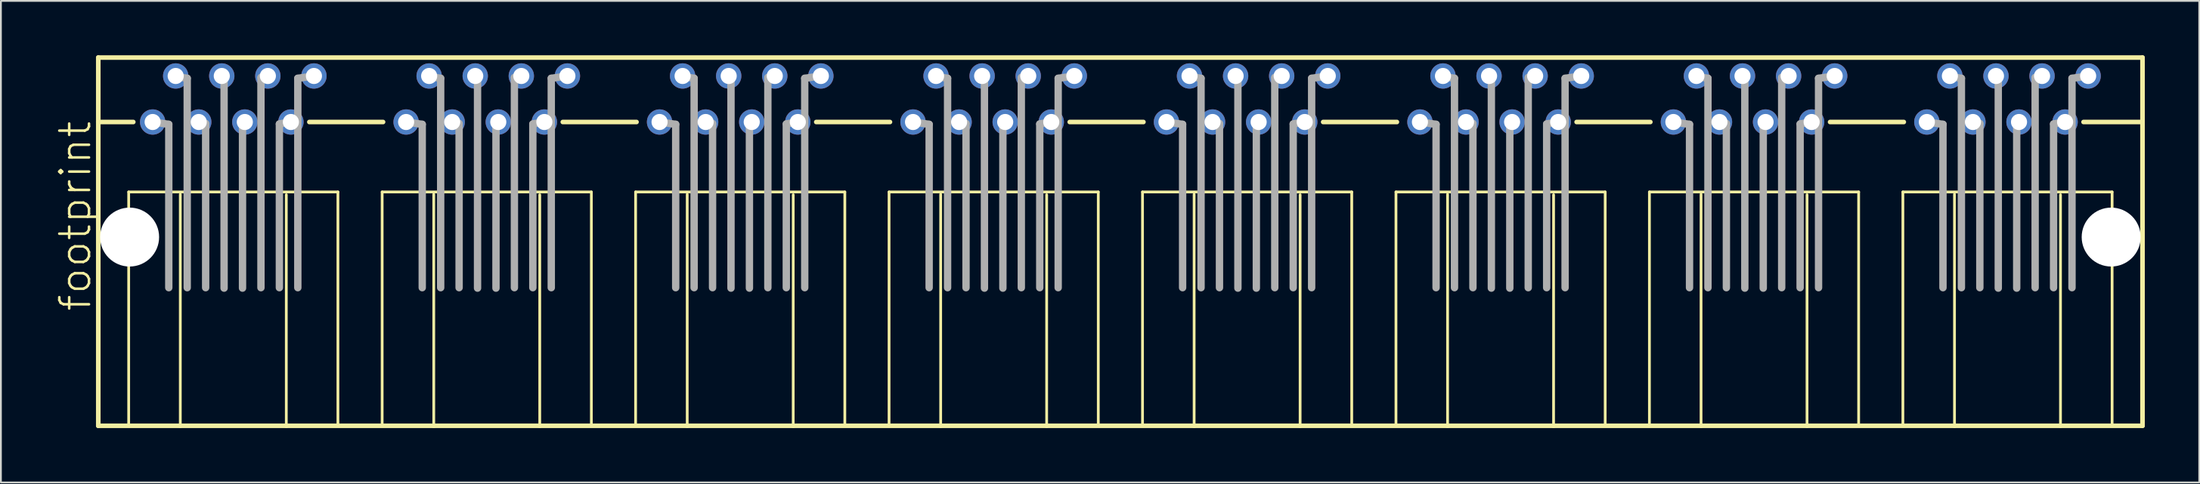
<source format=kicad_pcb>
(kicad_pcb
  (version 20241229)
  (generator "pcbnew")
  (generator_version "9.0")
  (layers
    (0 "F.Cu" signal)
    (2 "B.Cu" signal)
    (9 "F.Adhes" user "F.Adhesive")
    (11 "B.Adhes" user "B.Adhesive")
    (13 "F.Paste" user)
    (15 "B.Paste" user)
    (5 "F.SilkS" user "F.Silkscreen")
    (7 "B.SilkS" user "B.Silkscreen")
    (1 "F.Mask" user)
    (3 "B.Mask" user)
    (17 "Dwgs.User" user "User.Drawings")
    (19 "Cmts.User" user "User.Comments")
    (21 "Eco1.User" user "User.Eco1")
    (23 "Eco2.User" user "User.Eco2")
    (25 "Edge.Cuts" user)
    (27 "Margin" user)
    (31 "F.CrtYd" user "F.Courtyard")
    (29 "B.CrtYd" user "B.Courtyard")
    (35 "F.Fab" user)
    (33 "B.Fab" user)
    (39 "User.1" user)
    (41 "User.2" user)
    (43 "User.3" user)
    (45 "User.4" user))
  (footprint "footprint"
    (layer "F.Cu")
    (at 58.704 10.033)
    (property "Reference" "footprint" (at -56.642 4.191 90) (layer "F.SilkS") (effects (font (size 1.636 1.636) (thickness 0.142)) (justify left bottom)))
    (fp_line (start -56.337 -9.906) (end -56.337 -6.35) (stroke (width 0.254) (type solid)) (layer "F.SilkS"))
    (fp_line (start -56.337 -6.35) (end -56.337 10.414) (stroke (width 0.254) (type solid)) (layer "F.SilkS"))
    (fp_line (start -56.337 10.414) (end -51.816 10.414) (stroke (width 0.254) (type solid)) (layer "F.SilkS"))
    (fp_line (start -54.661 -2.489) (end -54.661 10.363) (stroke (width 0.152) (type solid)) (layer "F.SilkS"))
    (fp_line (start -54.407 -6.35) (end -56.337 -6.35) (stroke (width 0.254) (type solid)) (layer "F.SilkS"))
    (fp_line (start -51.816 10.414) (end -51.816 -2.362) (stroke (width 0.152) (type solid)) (layer "F.SilkS"))
    (fp_line (start -51.816 10.414) (end -45.974 10.414) (stroke (width 0.254) (type solid)) (layer "F.SilkS"))
    (fp_line (start -45.974 -2.337) (end -45.974 10.414) (stroke (width 0.152) (type solid)) (layer "F.SilkS"))
    (fp_line (start -45.974 10.414) (end -37.846 10.414) (stroke (width 0.254) (type solid)) (layer "F.SilkS"))
    (fp_line (start -44.704 -6.35) (end -40.64 -6.35) (stroke (width 0.254) (type solid)) (layer "F.SilkS"))
    (fp_line (start -43.129 -2.489) (end -54.661 -2.489) (stroke (width 0.152) (type solid)) (layer "F.SilkS"))
    (fp_line (start -43.129 10.363) (end -43.129 -2.489) (stroke (width 0.152) (type solid)) (layer "F.SilkS"))
    (fp_line (start -40.691 -2.489) (end -40.691 10.363) (stroke (width 0.152) (type solid)) (layer "F.SilkS"))
    (fp_line (start -37.846 10.414) (end -37.846 -2.362) (stroke (width 0.152) (type solid)) (layer "F.SilkS"))
    (fp_line (start -37.846 10.414) (end -32.004 10.414) (stroke (width 0.254) (type solid)) (layer "F.SilkS"))
    (fp_line (start -32.004 -2.337) (end -32.004 10.414) (stroke (width 0.152) (type solid)) (layer "F.SilkS"))
    (fp_line (start -32.004 10.414) (end -23.876 10.414) (stroke (width 0.254) (type solid)) (layer "F.SilkS"))
    (fp_line (start -30.734 -6.35) (end -26.67 -6.35) (stroke (width 0.254) (type solid)) (layer "F.SilkS"))
    (fp_line (start -29.159 -2.489) (end -40.691 -2.489) (stroke (width 0.152) (type solid)) (layer "F.SilkS"))
    (fp_line (start -29.159 10.363) (end -29.159 -2.489) (stroke (width 0.152) (type solid)) (layer "F.SilkS"))
    (fp_line (start -26.721 -2.489) (end -26.721 10.363) (stroke (width 0.152) (type solid)) (layer "F.SilkS"))
    (fp_line (start -23.876 10.414) (end -23.876 -2.362) (stroke (width 0.152) (type solid)) (layer "F.SilkS"))
    (fp_line (start -23.876 10.414) (end -18.034 10.414) (stroke (width 0.254) (type solid)) (layer "F.SilkS"))
    (fp_line (start -18.034 -2.337) (end -18.034 10.414) (stroke (width 0.152) (type solid)) (layer "F.SilkS"))
    (fp_line (start -18.034 10.414) (end -9.906 10.414) (stroke (width 0.254) (type solid)) (layer "F.SilkS"))
    (fp_line (start -16.764 -6.35) (end -12.7 -6.35) (stroke (width 0.254) (type solid)) (layer "F.SilkS"))
    (fp_line (start -15.189 -2.489) (end -26.721 -2.489) (stroke (width 0.152) (type solid)) (layer "F.SilkS"))
    (fp_line (start -15.189 10.363) (end -15.189 -2.489) (stroke (width 0.152) (type solid)) (layer "F.SilkS"))
    (fp_line (start -12.751 -2.489) (end -12.751 10.363) (stroke (width 0.152) (type solid)) (layer "F.SilkS"))
    (fp_line (start -9.906 10.414) (end -9.906 -2.362) (stroke (width 0.152) (type solid)) (layer "F.SilkS"))
    (fp_line (start -9.906 10.414) (end -4.064 10.414) (stroke (width 0.254) (type solid)) (layer "F.SilkS"))
    (fp_line (start -4.064 -2.337) (end -4.064 10.414) (stroke (width 0.152) (type solid)) (layer "F.SilkS"))
    (fp_line (start -4.064 10.414) (end 4.064 10.414) (stroke (width 0.254) (type solid)) (layer "F.SilkS"))
    (fp_line (start -2.794 -6.35) (end 1.27 -6.35) (stroke (width 0.254) (type solid)) (layer "F.SilkS"))
    (fp_line (start -1.219 -2.489) (end -12.751 -2.489) (stroke (width 0.152) (type solid)) (layer "F.SilkS"))
    (fp_line (start -1.219 10.363) (end -1.219 -2.489) (stroke (width 0.152) (type solid)) (layer "F.SilkS"))
    (fp_line (start 1.219 -2.489) (end 1.219 10.363) (stroke (width 0.152) (type solid)) (layer "F.SilkS"))
    (fp_line (start 4.064 10.414) (end 4.064 -2.362) (stroke (width 0.152) (type solid)) (layer "F.SilkS"))
    (fp_line (start 4.064 10.414) (end 9.906 10.414) (stroke (width 0.254) (type solid)) (layer "F.SilkS"))
    (fp_line (start 9.906 -2.337) (end 9.906 10.414) (stroke (width 0.152) (type solid)) (layer "F.SilkS"))
    (fp_line (start 9.906 10.414) (end 18.034 10.414) (stroke (width 0.254) (type solid)) (layer "F.SilkS"))
    (fp_line (start 11.176 -6.35) (end 15.24 -6.35) (stroke (width 0.254) (type solid)) (layer "F.SilkS"))
    (fp_line (start 12.751 -2.489) (end 1.219 -2.489) (stroke (width 0.152) (type solid)) (layer "F.SilkS"))
    (fp_line (start 12.751 10.363) (end 12.751 -2.489) (stroke (width 0.152) (type solid)) (layer "F.SilkS"))
    (fp_line (start 15.189 -2.489) (end 15.189 10.363) (stroke (width 0.152) (type solid)) (layer "F.SilkS"))
    (fp_line (start 18.034 10.414) (end 18.034 -2.362) (stroke (width 0.152) (type solid)) (layer "F.SilkS"))
    (fp_line (start 18.034 10.414) (end 23.876 10.414) (stroke (width 0.254) (type solid)) (layer "F.SilkS"))
    (fp_line (start 23.876 -2.337) (end 23.876 10.414) (stroke (width 0.152) (type solid)) (layer "F.SilkS"))
    (fp_line (start 23.876 10.414) (end 32.004 10.414) (stroke (width 0.254) (type solid)) (layer "F.SilkS"))
    (fp_line (start 25.146 -6.35) (end 29.21 -6.35) (stroke (width 0.254) (type solid)) (layer "F.SilkS"))
    (fp_line (start 26.721 -2.489) (end 15.189 -2.489) (stroke (width 0.152) (type solid)) (layer "F.SilkS"))
    (fp_line (start 26.721 10.363) (end 26.721 -2.489) (stroke (width 0.152) (type solid)) (layer "F.SilkS"))
    (fp_line (start 29.159 -2.489) (end 29.159 10.363) (stroke (width 0.152) (type solid)) (layer "F.SilkS"))
    (fp_line (start 32.004 10.414) (end 32.004 -2.362) (stroke (width 0.152) (type solid)) (layer "F.SilkS"))
    (fp_line (start 32.004 10.414) (end 37.846 10.414) (stroke (width 0.254) (type solid)) (layer "F.SilkS"))
    (fp_line (start 37.846 -2.337) (end 37.846 10.414) (stroke (width 0.152) (type solid)) (layer "F.SilkS"))
    (fp_line (start 37.846 10.414) (end 45.974 10.414) (stroke (width 0.254) (type solid)) (layer "F.SilkS"))
    (fp_line (start 39.116 -6.35) (end 43.18 -6.35) (stroke (width 0.254) (type solid)) (layer "F.SilkS"))
    (fp_line (start 40.691 -2.489) (end 29.159 -2.489) (stroke (width 0.152) (type solid)) (layer "F.SilkS"))
    (fp_line (start 40.691 10.363) (end 40.691 -2.489) (stroke (width 0.152) (type solid)) (layer "F.SilkS"))
    (fp_line (start 43.129 -2.489) (end 43.129 10.363) (stroke (width 0.152) (type solid)) (layer "F.SilkS"))
    (fp_line (start 45.974 10.414) (end 45.974 -2.362) (stroke (width 0.152) (type solid)) (layer "F.SilkS"))
    (fp_line (start 45.974 10.414) (end 51.816 10.414) (stroke (width 0.254) (type solid)) (layer "F.SilkS"))
    (fp_line (start 51.816 -2.337) (end 51.816 10.414) (stroke (width 0.152) (type solid)) (layer "F.SilkS"))
    (fp_line (start 51.816 10.414) (end 56.337 10.414) (stroke (width 0.254) (type solid)) (layer "F.SilkS"))
    (fp_line (start 53.086 -6.35) (end 56.337 -6.35) (stroke (width 0.254) (type solid)) (layer "F.SilkS"))
    (fp_line (start 54.661 -2.489) (end 43.129 -2.489) (stroke (width 0.152) (type solid)) (layer "F.SilkS"))
    (fp_line (start 54.661 10.363) (end 54.661 -2.489) (stroke (width 0.152) (type solid)) (layer "F.SilkS"))
    (fp_line (start 56.337 -9.906) (end -56.337 -9.906) (stroke (width 0.254) (type solid)) (layer "F.SilkS"))
    (fp_line (start 56.337 -6.35) (end 56.337 -9.906) (stroke (width 0.254) (type solid)) (layer "F.SilkS"))
    (fp_line (start 56.337 10.414) (end 56.337 -6.35) (stroke (width 0.254) (type solid)) (layer "F.SilkS"))
    (fp_line (start -53.34 -6.35) (end -52.451 -6.223) (stroke (width 0.406) (type solid)) (layer "F.Fab"))
    (fp_line (start -52.451 -6.223) (end -52.451 2.794) (stroke (width 0.406) (type solid)) (layer "F.Fab"))
    (fp_line (start -52.07 -8.865) (end -51.435 -8.763) (stroke (width 0.406) (type solid)) (layer "F.Fab"))
    (fp_line (start -51.435 -8.763) (end -51.435 2.794) (stroke (width 0.406) (type solid)) (layer "F.Fab"))
    (fp_line (start -50.8 -6.35) (end -50.419 -6.274) (stroke (width 0.406) (type solid)) (layer "F.Fab"))
    (fp_line (start -50.419 -6.223) (end -50.419 2.794) (stroke (width 0.406) (type solid)) (layer "F.Fab"))
    (fp_line (start -49.53 -8.89) (end -49.403 -8.865) (stroke (width 0.406) (type solid)) (layer "F.Fab"))
    (fp_line (start -49.403 -8.763) (end -49.403 2.819) (stroke (width 0.406) (type solid)) (layer "F.Fab"))
    (fp_line (start -48.387 -6.223) (end -48.387 2.819) (stroke (width 0.406) (type solid)) (layer "F.Fab"))
    (fp_line (start -48.26 -6.35) (end -48.387 -6.299) (stroke (width 0.406) (type solid)) (layer "F.Fab"))
    (fp_line (start -47.371 -8.763) (end -47.371 2.794) (stroke (width 0.406) (type solid)) (layer "F.Fab"))
    (fp_line (start -46.99 -8.89) (end -47.371 -8.814) (stroke (width 0.406) (type solid)) (layer "F.Fab"))
    (fp_line (start -46.355 -6.223) (end -46.355 2.794) (stroke (width 0.406) (type solid)) (layer "F.Fab"))
    (fp_line (start -45.72 -6.35) (end -46.355 -6.248) (stroke (width 0.406) (type solid)) (layer "F.Fab"))
    (fp_line (start -45.339 -8.763) (end -45.339 2.794) (stroke (width 0.406) (type solid)) (layer "F.Fab"))
    (fp_line (start -44.45 -8.89) (end -45.339 -8.763) (stroke (width 0.406) (type solid)) (layer "F.Fab"))
    (fp_line (start -39.37 -6.35) (end -38.481 -6.223) (stroke (width 0.406) (type solid)) (layer "F.Fab"))
    (fp_line (start -38.481 -6.223) (end -38.481 2.794) (stroke (width 0.406) (type solid)) (layer "F.Fab"))
    (fp_line (start -38.1 -8.865) (end -37.465 -8.763) (stroke (width 0.406) (type solid)) (layer "F.Fab"))
    (fp_line (start -37.465 -8.763) (end -37.465 2.794) (stroke (width 0.406) (type solid)) (layer "F.Fab"))
    (fp_line (start -36.83 -6.35) (end -36.449 -6.274) (stroke (width 0.406) (type solid)) (layer "F.Fab"))
    (fp_line (start -36.449 -6.223) (end -36.449 2.794) (stroke (width 0.406) (type solid)) (layer "F.Fab"))
    (fp_line (start -35.56 -8.89) (end -35.433 -8.865) (stroke (width 0.406) (type solid)) (layer "F.Fab"))
    (fp_line (start -35.433 -8.763) (end -35.433 2.819) (stroke (width 0.406) (type solid)) (layer "F.Fab"))
    (fp_line (start -34.417 -6.223) (end -34.417 2.819) (stroke (width 0.406) (type solid)) (layer "F.Fab"))
    (fp_line (start -34.29 -6.35) (end -34.417 -6.299) (stroke (width 0.406) (type solid)) (layer "F.Fab"))
    (fp_line (start -33.401 -8.763) (end -33.401 2.794) (stroke (width 0.406) (type solid)) (layer "F.Fab"))
    (fp_line (start -33.02 -8.89) (end -33.401 -8.814) (stroke (width 0.406) (type solid)) (layer "F.Fab"))
    (fp_line (start -32.385 -6.223) (end -32.385 2.794) (stroke (width 0.406) (type solid)) (layer "F.Fab"))
    (fp_line (start -31.75 -6.35) (end -32.385 -6.248) (stroke (width 0.406) (type solid)) (layer "F.Fab"))
    (fp_line (start -31.369 -8.763) (end -31.369 2.794) (stroke (width 0.406) (type solid)) (layer "F.Fab"))
    (fp_line (start -30.48 -8.89) (end -31.369 -8.763) (stroke (width 0.406) (type solid)) (layer "F.Fab"))
    (fp_line (start -25.4 -6.35) (end -24.511 -6.223) (stroke (width 0.406) (type solid)) (layer "F.Fab"))
    (fp_line (start -24.511 -6.223) (end -24.511 2.794) (stroke (width 0.406) (type solid)) (layer "F.Fab"))
    (fp_line (start -24.13 -8.865) (end -23.495 -8.763) (stroke (width 0.406) (type solid)) (layer "F.Fab"))
    (fp_line (start -23.495 -8.763) (end -23.495 2.794) (stroke (width 0.406) (type solid)) (layer "F.Fab"))
    (fp_line (start -22.86 -6.35) (end -22.479 -6.274) (stroke (width 0.406) (type solid)) (layer "F.Fab"))
    (fp_line (start -22.479 -6.223) (end -22.479 2.794) (stroke (width 0.406) (type solid)) (layer "F.Fab"))
    (fp_line (start -21.59 -8.89) (end -21.463 -8.865) (stroke (width 0.406) (type solid)) (layer "F.Fab"))
    (fp_line (start -21.463 -8.763) (end -21.463 2.819) (stroke (width 0.406) (type solid)) (layer "F.Fab"))
    (fp_line (start -20.447 -6.223) (end -20.447 2.819) (stroke (width 0.406) (type solid)) (layer "F.Fab"))
    (fp_line (start -20.32 -6.35) (end -20.447 -6.299) (stroke (width 0.406) (type solid)) (layer "F.Fab"))
    (fp_line (start -19.431 -8.763) (end -19.431 2.794) (stroke (width 0.406) (type solid)) (layer "F.Fab"))
    (fp_line (start -19.05 -8.89) (end -19.431 -8.814) (stroke (width 0.406) (type solid)) (layer "F.Fab"))
    (fp_line (start -18.415 -6.223) (end -18.415 2.794) (stroke (width 0.406) (type solid)) (layer "F.Fab"))
    (fp_line (start -17.78 -6.35) (end -18.415 -6.248) (stroke (width 0.406) (type solid)) (layer "F.Fab"))
    (fp_line (start -17.399 -8.763) (end -17.399 2.794) (stroke (width 0.406) (type solid)) (layer "F.Fab"))
    (fp_line (start -16.51 -8.89) (end -17.399 -8.763) (stroke (width 0.406) (type solid)) (layer "F.Fab"))
    (fp_line (start -11.43 -6.35) (end -10.541 -6.223) (stroke (width 0.406) (type solid)) (layer "F.Fab"))
    (fp_line (start -10.541 -6.223) (end -10.541 2.794) (stroke (width 0.406) (type solid)) (layer "F.Fab"))
    (fp_line (start -10.16 -8.865) (end -9.525 -8.763) (stroke (width 0.406) (type solid)) (layer "F.Fab"))
    (fp_line (start -9.525 -8.763) (end -9.525 2.794) (stroke (width 0.406) (type solid)) (layer "F.Fab"))
    (fp_line (start -8.89 -6.35) (end -8.509 -6.274) (stroke (width 0.406) (type solid)) (layer "F.Fab"))
    (fp_line (start -8.509 -6.223) (end -8.509 2.794) (stroke (width 0.406) (type solid)) (layer "F.Fab"))
    (fp_line (start -7.62 -8.89) (end -7.493 -8.865) (stroke (width 0.406) (type solid)) (layer "F.Fab"))
    (fp_line (start -7.493 -8.763) (end -7.493 2.819) (stroke (width 0.406) (type solid)) (layer "F.Fab"))
    (fp_line (start -6.477 -6.223) (end -6.477 2.819) (stroke (width 0.406) (type solid)) (layer "F.Fab"))
    (fp_line (start -6.35 -6.35) (end -6.477 -6.299) (stroke (width 0.406) (type solid)) (layer "F.Fab"))
    (fp_line (start -5.461 -8.763) (end -5.461 2.794) (stroke (width 0.406) (type solid)) (layer "F.Fab"))
    (fp_line (start -5.08 -8.89) (end -5.461 -8.814) (stroke (width 0.406) (type solid)) (layer "F.Fab"))
    (fp_line (start -4.445 -6.223) (end -4.445 2.794) (stroke (width 0.406) (type solid)) (layer "F.Fab"))
    (fp_line (start -3.81 -6.35) (end -4.445 -6.248) (stroke (width 0.406) (type solid)) (layer "F.Fab"))
    (fp_line (start -3.429 -8.763) (end -3.429 2.794) (stroke (width 0.406) (type solid)) (layer "F.Fab"))
    (fp_line (start -2.54 -8.89) (end -3.429 -8.763) (stroke (width 0.406) (type solid)) (layer "F.Fab"))
    (fp_line (start 2.54 -6.35) (end 3.429 -6.223) (stroke (width 0.406) (type solid)) (layer "F.Fab"))
    (fp_line (start 3.429 -6.223) (end 3.429 2.794) (stroke (width 0.406) (type solid)) (layer "F.Fab"))
    (fp_line (start 3.81 -8.865) (end 4.445 -8.763) (stroke (width 0.406) (type solid)) (layer "F.Fab"))
    (fp_line (start 4.445 -8.763) (end 4.445 2.794) (stroke (width 0.406) (type solid)) (layer "F.Fab"))
    (fp_line (start 5.08 -6.35) (end 5.461 -6.274) (stroke (width 0.406) (type solid)) (layer "F.Fab"))
    (fp_line (start 5.461 -6.223) (end 5.461 2.794) (stroke (width 0.406) (type solid)) (layer "F.Fab"))
    (fp_line (start 6.35 -8.89) (end 6.477 -8.865) (stroke (width 0.406) (type solid)) (layer "F.Fab"))
    (fp_line (start 6.477 -8.763) (end 6.477 2.819) (stroke (width 0.406) (type solid)) (layer "F.Fab"))
    (fp_line (start 7.493 -6.223) (end 7.493 2.819) (stroke (width 0.406) (type solid)) (layer "F.Fab"))
    (fp_line (start 7.62 -6.35) (end 7.493 -6.299) (stroke (width 0.406) (type solid)) (layer "F.Fab"))
    (fp_line (start 8.509 -8.763) (end 8.509 2.794) (stroke (width 0.406) (type solid)) (layer "F.Fab"))
    (fp_line (start 8.89 -8.89) (end 8.509 -8.814) (stroke (width 0.406) (type solid)) (layer "F.Fab"))
    (fp_line (start 9.525 -6.223) (end 9.525 2.794) (stroke (width 0.406) (type solid)) (layer "F.Fab"))
    (fp_line (start 10.16 -6.35) (end 9.525 -6.248) (stroke (width 0.406) (type solid)) (layer "F.Fab"))
    (fp_line (start 10.541 -8.763) (end 10.541 2.794) (stroke (width 0.406) (type solid)) (layer "F.Fab"))
    (fp_line (start 11.43 -8.89) (end 10.541 -8.763) (stroke (width 0.406) (type solid)) (layer "F.Fab"))
    (fp_line (start 16.51 -6.35) (end 17.399 -6.223) (stroke (width 0.406) (type solid)) (layer "F.Fab"))
    (fp_line (start 17.399 -6.223) (end 17.399 2.794) (stroke (width 0.406) (type solid)) (layer "F.Fab"))
    (fp_line (start 17.78 -8.865) (end 18.415 -8.763) (stroke (width 0.406) (type solid)) (layer "F.Fab"))
    (fp_line (start 18.415 -8.763) (end 18.415 2.794) (stroke (width 0.406) (type solid)) (layer "F.Fab"))
    (fp_line (start 19.05 -6.35) (end 19.431 -6.274) (stroke (width 0.406) (type solid)) (layer "F.Fab"))
    (fp_line (start 19.431 -6.223) (end 19.431 2.794) (stroke (width 0.406) (type solid)) (layer "F.Fab"))
    (fp_line (start 20.32 -8.89) (end 20.447 -8.865) (stroke (width 0.406) (type solid)) (layer "F.Fab"))
    (fp_line (start 20.447 -8.763) (end 20.447 2.819) (stroke (width 0.406) (type solid)) (layer "F.Fab"))
    (fp_line (start 21.463 -6.223) (end 21.463 2.819) (stroke (width 0.406) (type solid)) (layer "F.Fab"))
    (fp_line (start 21.59 -6.35) (end 21.463 -6.299) (stroke (width 0.406) (type solid)) (layer "F.Fab"))
    (fp_line (start 22.479 -8.763) (end 22.479 2.794) (stroke (width 0.406) (type solid)) (layer "F.Fab"))
    (fp_line (start 22.86 -8.89) (end 22.479 -8.814) (stroke (width 0.406) (type solid)) (layer "F.Fab"))
    (fp_line (start 23.495 -6.223) (end 23.495 2.794) (stroke (width 0.406) (type solid)) (layer "F.Fab"))
    (fp_line (start 24.13 -6.35) (end 23.495 -6.248) (stroke (width 0.406) (type solid)) (layer "F.Fab"))
    (fp_line (start 24.511 -8.763) (end 24.511 2.794) (stroke (width 0.406) (type solid)) (layer "F.Fab"))
    (fp_line (start 25.4 -8.89) (end 24.511 -8.763) (stroke (width 0.406) (type solid)) (layer "F.Fab"))
    (fp_line (start 30.48 -6.35) (end 31.369 -6.223) (stroke (width 0.406) (type solid)) (layer "F.Fab"))
    (fp_line (start 31.369 -6.223) (end 31.369 2.794) (stroke (width 0.406) (type solid)) (layer "F.Fab"))
    (fp_line (start 31.75 -8.865) (end 32.385 -8.763) (stroke (width 0.406) (type solid)) (layer "F.Fab"))
    (fp_line (start 32.385 -8.763) (end 32.385 2.794) (stroke (width 0.406) (type solid)) (layer "F.Fab"))
    (fp_line (start 33.02 -6.35) (end 33.401 -6.274) (stroke (width 0.406) (type solid)) (layer "F.Fab"))
    (fp_line (start 33.401 -6.223) (end 33.401 2.794) (stroke (width 0.406) (type solid)) (layer "F.Fab"))
    (fp_line (start 34.29 -8.89) (end 34.417 -8.865) (stroke (width 0.406) (type solid)) (layer "F.Fab"))
    (fp_line (start 34.417 -8.763) (end 34.417 2.819) (stroke (width 0.406) (type solid)) (layer "F.Fab"))
    (fp_line (start 35.433 -6.223) (end 35.433 2.819) (stroke (width 0.406) (type solid)) (layer "F.Fab"))
    (fp_line (start 35.56 -6.35) (end 35.433 -6.299) (stroke (width 0.406) (type solid)) (layer "F.Fab"))
    (fp_line (start 36.449 -8.763) (end 36.449 2.794) (stroke (width 0.406) (type solid)) (layer "F.Fab"))
    (fp_line (start 36.83 -8.89) (end 36.449 -8.814) (stroke (width 0.406) (type solid)) (layer "F.Fab"))
    (fp_line (start 37.465 -6.223) (end 37.465 2.794) (stroke (width 0.406) (type solid)) (layer "F.Fab"))
    (fp_line (start 38.1 -6.35) (end 37.465 -6.248) (stroke (width 0.406) (type solid)) (layer "F.Fab"))
    (fp_line (start 38.481 -8.763) (end 38.481 2.794) (stroke (width 0.406) (type solid)) (layer "F.Fab"))
    (fp_line (start 39.37 -8.89) (end 38.481 -8.763) (stroke (width 0.406) (type solid)) (layer "F.Fab"))
    (fp_line (start 44.45 -6.35) (end 45.339 -6.223) (stroke (width 0.406) (type solid)) (layer "F.Fab"))
    (fp_line (start 45.339 -6.223) (end 45.339 2.794) (stroke (width 0.406) (type solid)) (layer "F.Fab"))
    (fp_line (start 45.72 -8.865) (end 46.355 -8.763) (stroke (width 0.406) (type solid)) (layer "F.Fab"))
    (fp_line (start 46.355 -8.763) (end 46.355 2.794) (stroke (width 0.406) (type solid)) (layer "F.Fab"))
    (fp_line (start 46.99 -6.35) (end 47.371 -6.274) (stroke (width 0.406) (type solid)) (layer "F.Fab"))
    (fp_line (start 47.371 -6.223) (end 47.371 2.794) (stroke (width 0.406) (type solid)) (layer "F.Fab"))
    (fp_line (start 48.26 -8.89) (end 48.387 -8.865) (stroke (width 0.406) (type solid)) (layer "F.Fab"))
    (fp_line (start 48.387 -8.763) (end 48.387 2.819) (stroke (width 0.406) (type solid)) (layer "F.Fab"))
    (fp_line (start 49.403 -6.223) (end 49.403 2.819) (stroke (width 0.406) (type solid)) (layer "F.Fab"))
    (fp_line (start 49.53 -6.35) (end 49.403 -6.299) (stroke (width 0.406) (type solid)) (layer "F.Fab"))
    (fp_line (start 50.419 -8.763) (end 50.419 2.794) (stroke (width 0.406) (type solid)) (layer "F.Fab"))
    (fp_line (start 50.8 -8.89) (end 50.419 -8.814) (stroke (width 0.406) (type solid)) (layer "F.Fab"))
    (fp_line (start 51.435 -6.223) (end 51.435 2.794) (stroke (width 0.406) (type solid)) (layer "F.Fab"))
    (fp_line (start 52.07 -6.35) (end 51.435 -6.248) (stroke (width 0.406) (type solid)) (layer "F.Fab"))
    (fp_line (start 52.451 -8.763) (end 52.451 2.794) (stroke (width 0.406) (type solid)) (layer "F.Fab"))
    (fp_line (start 53.34 -8.89) (end 52.451 -8.763) (stroke (width 0.406) (type solid)) (layer "F.Fab"))
    (pad "" np_thru_hole circle (at -54.61 0) (size 3.251 3.251) (drill 3.251) (layers "*.Cu" "*.Mask"))
    (pad "" np_thru_hole circle (at 54.61 0) (size 3.251 3.251) (drill 3.251) (layers "*.Cu" "*.Mask"))
    (pad "1-1" thru_hole circle (at -53.34 -6.35) (size 1.397 1.397) (drill 0.889) (layers "*.Cu" "*.Mask"))
    (pad "1-2" thru_hole circle (at -52.07 -8.89) (size 1.397 1.397) (drill 0.889) (layers "*.Cu" "*.Mask"))
    (pad "1-3" thru_hole circle (at -50.8 -6.35) (size 1.397 1.397) (drill 0.889) (layers "*.Cu" "*.Mask"))
    (pad "1-4" thru_hole circle (at -49.53 -8.89) (size 1.397 1.397) (drill 0.889) (layers "*.Cu" "*.Mask"))
    (pad "1-5" thru_hole circle (at -48.26 -6.35) (size 1.397 1.397) (drill 0.889) (layers "*.Cu" "*.Mask"))
    (pad "1-6" thru_hole circle (at -46.99 -8.89) (size 1.397 1.397) (drill 0.889) (layers "*.Cu" "*.Mask"))
    (pad "1-7" thru_hole circle (at -45.72 -6.35) (size 1.397 1.397) (drill 0.889) (layers "*.Cu" "*.Mask"))
    (pad "1-8" thru_hole circle (at -44.45 -8.89) (size 1.397 1.397) (drill 0.889) (layers "*.Cu" "*.Mask"))
    (pad "2-1" thru_hole circle (at -39.37 -6.35) (size 1.397 1.397) (drill 0.889) (layers "*.Cu" "*.Mask"))
    (pad "2-2" thru_hole circle (at -38.1 -8.89) (size 1.397 1.397) (drill 0.889) (layers "*.Cu" "*.Mask"))
    (pad "2-3" thru_hole circle (at -36.83 -6.35) (size 1.397 1.397) (drill 0.889) (layers "*.Cu" "*.Mask"))
    (pad "2-4" thru_hole circle (at -35.56 -8.89) (size 1.397 1.397) (drill 0.889) (layers "*.Cu" "*.Mask"))
    (pad "2-5" thru_hole circle (at -34.29 -6.35) (size 1.397 1.397) (drill 0.889) (layers "*.Cu" "*.Mask"))
    (pad "2-6" thru_hole circle (at -33.02 -8.89) (size 1.397 1.397) (drill 0.889) (layers "*.Cu" "*.Mask"))
    (pad "2-7" thru_hole circle (at -31.75 -6.35) (size 1.397 1.397) (drill 0.889) (layers "*.Cu" "*.Mask"))
    (pad "2-8" thru_hole circle (at -30.48 -8.89) (size 1.397 1.397) (drill 0.889) (layers "*.Cu" "*.Mask"))
    (pad "3-1" thru_hole circle (at -25.4 -6.35) (size 1.397 1.397) (drill 0.889) (layers "*.Cu" "*.Mask"))
    (pad "3-2" thru_hole circle (at -24.13 -8.89) (size 1.397 1.397) (drill 0.889) (layers "*.Cu" "*.Mask"))
    (pad "3-3" thru_hole circle (at -22.86 -6.35) (size 1.397 1.397) (drill 0.889) (layers "*.Cu" "*.Mask"))
    (pad "3-4" thru_hole circle (at -21.59 -8.89) (size 1.397 1.397) (drill 0.889) (layers "*.Cu" "*.Mask"))
    (pad "3-5" thru_hole circle (at -20.32 -6.35) (size 1.397 1.397) (drill 0.889) (layers "*.Cu" "*.Mask"))
    (pad "3-6" thru_hole circle (at -19.05 -8.89) (size 1.397 1.397) (drill 0.889) (layers "*.Cu" "*.Mask"))
    (pad "3-7" thru_hole circle (at -17.78 -6.35) (size 1.397 1.397) (drill 0.889) (layers "*.Cu" "*.Mask"))
    (pad "3-8" thru_hole circle (at -16.51 -8.89) (size 1.397 1.397) (drill 0.889) (layers "*.Cu" "*.Mask"))
    (pad "4-1" thru_hole circle (at -11.43 -6.35) (size 1.397 1.397) (drill 0.889) (layers "*.Cu" "*.Mask"))
    (pad "4-2" thru_hole circle (at -10.16 -8.89) (size 1.397 1.397) (drill 0.889) (layers "*.Cu" "*.Mask"))
    (pad "4-3" thru_hole circle (at -8.89 -6.35) (size 1.397 1.397) (drill 0.889) (layers "*.Cu" "*.Mask"))
    (pad "4-4" thru_hole circle (at -7.62 -8.89) (size 1.397 1.397) (drill 0.889) (layers "*.Cu" "*.Mask"))
    (pad "4-5" thru_hole circle (at -6.35 -6.35) (size 1.397 1.397) (drill 0.889) (layers "*.Cu" "*.Mask"))
    (pad "4-6" thru_hole circle (at -5.08 -8.89) (size 1.397 1.397) (drill 0.889) (layers "*.Cu" "*.Mask"))
    (pad "4-7" thru_hole circle (at -3.81 -6.35) (size 1.397 1.397) (drill 0.889) (layers "*.Cu" "*.Mask"))
    (pad "4-8" thru_hole circle (at -2.54 -8.89) (size 1.397 1.397) (drill 0.889) (layers "*.Cu" "*.Mask"))
    (pad "5-1" thru_hole circle (at 2.54 -6.35) (size 1.397 1.397) (drill 0.889) (layers "*.Cu" "*.Mask"))
    (pad "5-2" thru_hole circle (at 3.81 -8.89) (size 1.397 1.397) (drill 0.889) (layers "*.Cu" "*.Mask"))
    (pad "5-3" thru_hole circle (at 5.08 -6.35) (size 1.397 1.397) (drill 0.889) (layers "*.Cu" "*.Mask"))
    (pad "5-4" thru_hole circle (at 6.35 -8.89) (size 1.397 1.397) (drill 0.889) (layers "*.Cu" "*.Mask"))
    (pad "5-5" thru_hole circle (at 7.62 -6.35) (size 1.397 1.397) (drill 0.889) (layers "*.Cu" "*.Mask"))
    (pad "5-6" thru_hole circle (at 8.89 -8.89) (size 1.397 1.397) (drill 0.889) (layers "*.Cu" "*.Mask"))
    (pad "5-7" thru_hole circle (at 10.16 -6.35) (size 1.397 1.397) (drill 0.889) (layers "*.Cu" "*.Mask"))
    (pad "5-8" thru_hole circle (at 11.43 -8.89) (size 1.397 1.397) (drill 0.889) (layers "*.Cu" "*.Mask"))
    (pad "6-1" thru_hole circle (at 16.51 -6.35) (size 1.397 1.397) (drill 0.889) (layers "*.Cu" "*.Mask"))
    (pad "6-2" thru_hole circle (at 17.78 -8.89) (size 1.397 1.397) (drill 0.889) (layers "*.Cu" "*.Mask"))
    (pad "6-3" thru_hole circle (at 19.05 -6.35) (size 1.397 1.397) (drill 0.889) (layers "*.Cu" "*.Mask"))
    (pad "6-4" thru_hole circle (at 20.32 -8.89) (size 1.397 1.397) (drill 0.889) (layers "*.Cu" "*.Mask"))
    (pad "6-5" thru_hole circle (at 21.59 -6.35) (size 1.397 1.397) (drill 0.889) (layers "*.Cu" "*.Mask"))
    (pad "6-6" thru_hole circle (at 22.86 -8.89) (size 1.397 1.397) (drill 0.889) (layers "*.Cu" "*.Mask"))
    (pad "6-7" thru_hole circle (at 24.13 -6.35) (size 1.397 1.397) (drill 0.889) (layers "*.Cu" "*.Mask"))
    (pad "6-8" thru_hole circle (at 25.4 -8.89) (size 1.397 1.397) (drill 0.889) (layers "*.Cu" "*.Mask"))
    (pad "7-1" thru_hole circle (at 30.48 -6.35) (size 1.397 1.397) (drill 0.889) (layers "*.Cu" "*.Mask"))
    (pad "7-2" thru_hole circle (at 31.75 -8.89) (size 1.397 1.397) (drill 0.889) (layers "*.Cu" "*.Mask"))
    (pad "7-3" thru_hole circle (at 33.02 -6.35) (size 1.397 1.397) (drill 0.889) (layers "*.Cu" "*.Mask"))
    (pad "7-4" thru_hole circle (at 34.29 -8.89) (size 1.397 1.397) (drill 0.889) (layers "*.Cu" "*.Mask"))
    (pad "7-5" thru_hole circle (at 35.56 -6.35) (size 1.397 1.397) (drill 0.889) (layers "*.Cu" "*.Mask"))
    (pad "7-6" thru_hole circle (at 36.83 -8.89) (size 1.397 1.397) (drill 0.889) (layers "*.Cu" "*.Mask"))
    (pad "7-7" thru_hole circle (at 38.1 -6.35) (size 1.397 1.397) (drill 0.889) (layers "*.Cu" "*.Mask"))
    (pad "7-8" thru_hole circle (at 39.37 -8.89) (size 1.397 1.397) (drill 0.889) (layers "*.Cu" "*.Mask"))
    (pad "8-1" thru_hole circle (at 44.45 -6.35) (size 1.397 1.397) (drill 0.889) (layers "*.Cu" "*.Mask"))
    (pad "8-2" thru_hole circle (at 45.72 -8.89) (size 1.397 1.397) (drill 0.889) (layers "*.Cu" "*.Mask"))
    (pad "8-3" thru_hole circle (at 46.99 -6.35) (size 1.397 1.397) (drill 0.889) (layers "*.Cu" "*.Mask"))
    (pad "8-4" thru_hole circle (at 48.26 -8.89) (size 1.397 1.397) (drill 0.889) (layers "*.Cu" "*.Mask"))
    (pad "8-5" thru_hole circle (at 49.53 -6.35) (size 1.397 1.397) (drill 0.889) (layers "*.Cu" "*.Mask"))
    (pad "8-6" thru_hole circle (at 50.8 -8.89) (size 1.397 1.397) (drill 0.889) (layers "*.Cu" "*.Mask"))
    (pad "8-7" thru_hole circle (at 52.07 -6.35) (size 1.397 1.397) (drill 0.889) (layers "*.Cu" "*.Mask"))
    (pad "8-8" thru_hole circle (at 53.34 -8.89) (size 1.397 1.397) (drill 0.889) (layers "*.Cu" "*.Mask")))
  (gr_rect
    (start -3 -3)
    (end 118.169 23.574)
    (stroke (width 0.1) (type default))
    (fill no)
    (layer "Edge.Cuts")))
</source>
